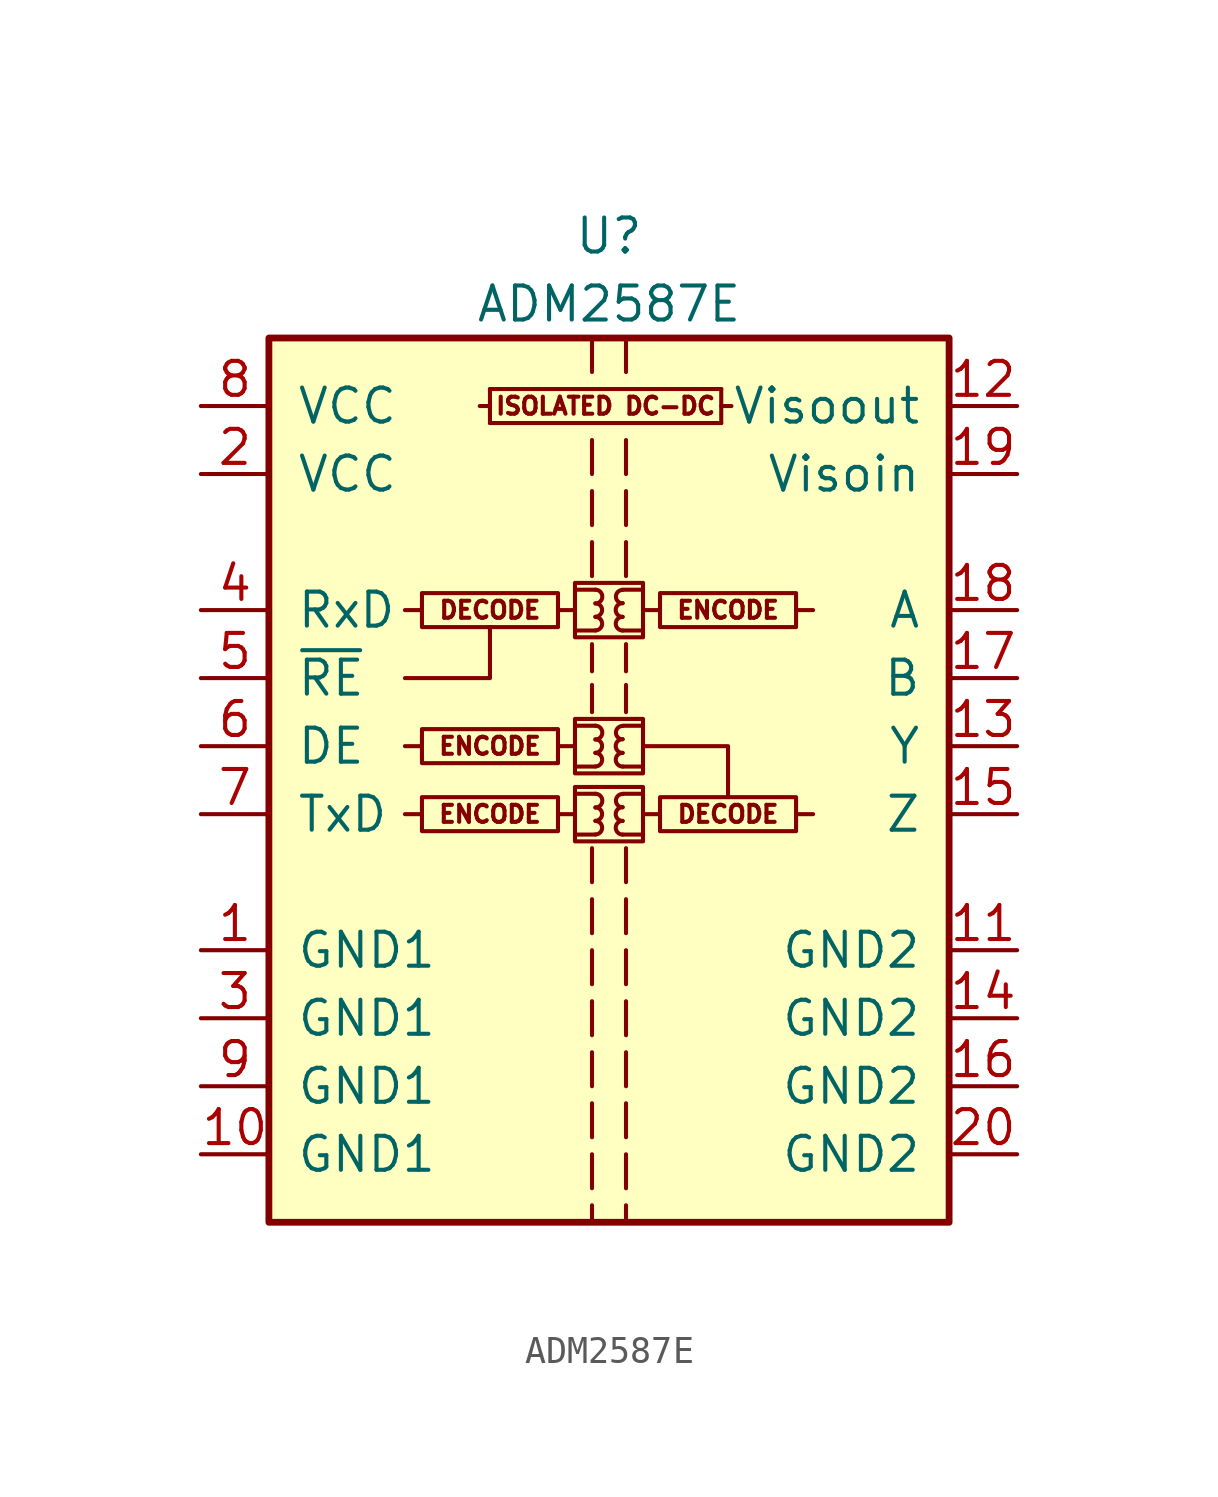
<source format=kicad_sym>
(kicad_symbol_lib
  (version 20201005)
  (generator kicad_symbol_editor)
  (symbol "Interface_UART:ADM2587E"
    (pin_names
      (offset 1.016))
    (property "Reference" "U"
      (at 0 21.59 0)
      (effects (font (size 1.27 1.27))))
    (property "Value" "ADM2587E"
      (at 0 19.05 0)
      (effects (font (size 1.27 1.27))))
    (symbol "ADM2587E_0_0"
      (arc (start -0.508 -0.762) (end -0.508 -0.254) (radius (at -0.508 -0.508) (length 0.254) (angles -89.9 89.9)) (stroke (width 0)) (fill (type none)))
      (arc (start -0.508 -0.254) (end -0.508 0.254) (radius (at -0.508 0) (length 0.254) (angles -89.9 89.9)) (stroke (width 0)) (fill (type none)))
      (arc (start -0.508 0.254) (end -0.508 0.762) (radius (at -0.508 0.508) (length 0.254) (angles -89.9 89.9)) (stroke (width 0)) (fill (type none)))
      (arc (start -0.508 1.778) (end -0.508 2.286) (radius (at -0.508 2.032) (length 0.254) (angles -89.9 89.9)) (stroke (width 0)) (fill (type none)))
      (arc (start -0.508 2.286) (end -0.508 2.794) (radius (at -0.508 2.54) (length 0.254) (angles -89.9 89.9)) (stroke (width 0)) (fill (type none)))
      (arc (start -0.508 2.794) (end -0.508 3.302) (radius (at -0.508 3.048) (length 0.254) (angles -89.9 89.9)) (stroke (width 0)) (fill (type none)))
      (arc (start -0.508 6.858) (end -0.508 7.366) (radius (at -0.508 7.112) (length 0.254) (angles -89.9 89.9)) (stroke (width 0)) (fill (type none)))
      (arc (start -0.508 7.366) (end -0.508 7.874) (radius (at -0.508 7.62) (length 0.254) (angles -89.9 89.9)) (stroke (width 0)) (fill (type none)))
      (arc (start -0.508 7.874) (end -0.508 8.382) (radius (at -0.508 8.128) (length 0.254) (angles -89.9 89.9)) (stroke (width 0)) (fill (type none)))
      (arc (start 0.508 -0.254) (end 0.508 -0.762) (radius (at 0.508 -0.508) (length 0.254) (angles 90.1 -90.1)) (stroke (width 0)) (fill (type none)))
      (arc (start 0.508 0.254) (end 0.508 -0.254) (radius (at 0.508 0) (length 0.254) (angles 90.1 -90.1)) (stroke (width 0)) (fill (type none)))
      (arc (start 0.508 0.762) (end 0.508 0.254) (radius (at 0.508 0.508) (length 0.254) (angles 90.1 -90.1)) (stroke (width 0)) (fill (type none)))
      (arc (start 0.508 2.286) (end 0.508 1.778) (radius (at 0.508 2.032) (length 0.254) (angles 90.1 -90.1)) (stroke (width 0)) (fill (type none)))
      (arc (start 0.508 2.794) (end 0.508 2.286) (radius (at 0.508 2.54) (length 0.254) (angles 90.1 -90.1)) (stroke (width 0)) (fill (type none)))
      (arc (start 0.508 3.302) (end 0.508 2.794) (radius (at 0.508 3.048) (length 0.254) (angles 90.1 -90.1)) (stroke (width 0)) (fill (type none)))
      (arc (start 0.508 7.366) (end 0.508 6.858) (radius (at 0.508 7.112) (length 0.254) (angles 90.1 -90.1)) (stroke (width 0)) (fill (type none)))
      (arc (start 0.508 7.874) (end 0.508 7.366) (radius (at 0.508 7.62) (length 0.254) (angles 90.1 -90.1)) (stroke (width 0)) (fill (type none)))
      (arc (start 0.508 8.382) (end 0.508 7.874) (radius (at 0.508 8.128) (length 0.254) (angles 90.1 -90.1)) (stroke (width 0)) (fill (type none)))
      (text "DECODE" (at -4.445 7.62 0) (effects (font (size 0.635 0.635))))
      (text "DECODE" (at 4.445 0 0) (effects (font (size 0.635 0.635))))
      (text "ENCODE" (at -4.445 0 0) (effects (font (size 0.635 0.635))))
      (text "ENCODE" (at -4.445 2.54 0) (effects (font (size 0.635 0.635))))
      (text "ENCODE" (at 4.445 7.62 0) (effects (font (size 0.635 0.635))))
      (text "ISOLATED DC-DC" (at -0.127 15.24 0) (effects (font (size 0.635 0.635))))
      (rectangle (start -1.905 0.635) (end -6.985 -0.635) (stroke (width 0)) (fill (type none)))
      (rectangle (start -1.27 1.016) (end 1.27 -1.016) (stroke (width 0)) (fill (type none)))
      (rectangle (start -1.27 3.556) (end 1.27 1.524) (stroke (width 0)) (fill (type none)))
      (rectangle (start -1.27 8.636) (end 1.27 6.604) (stroke (width 0)) (fill (type none)))
      (rectangle (start 1.905 0.635) (end 6.985 -0.635) (stroke (width 0)) (fill (type none)))
      (rectangle (start 1.905 8.255) (end 6.985 6.985) (stroke (width 0)) (fill (type none)))
      (polyline (pts (xy -6.985 0) (xy -7.62 0)) (stroke (width 0)) (fill (type none)))
      (polyline (pts (xy -6.985 2.54) (xy -7.62 2.54)) (stroke (width 0)) (fill (type none)))
      (polyline (pts (xy -6.985 7.62) (xy -7.62 7.62)) (stroke (width 0)) (fill (type none)))
      (polyline (pts (xy -4.445 14.605) (xy 4.191 14.605)) (stroke (width 0)) (fill (type none)))
      (polyline (pts (xy -4.445 15.24) (xy -4.826 15.24)) (stroke (width 0)) (fill (type none)))
      (polyline (pts (xy -4.445 15.875) (xy -4.445 14.605)) (stroke (width 0)) (fill (type none)))
      (polyline (pts (xy -1.905 0) (xy -1.27 0)) (stroke (width 0)) (fill (type none)))
      (polyline (pts (xy -1.905 2.54) (xy -1.27 2.54)) (stroke (width 0)) (fill (type none)))
      (polyline (pts (xy -1.905 7.62) (xy -1.27 7.62)) (stroke (width 0)) (fill (type none)))
      (polyline (pts (xy -1.27 -0.762) (xy -0.508 -0.762)) (stroke (width 0)) (fill (type none)))
      (polyline (pts (xy -1.27 0.762) (xy -0.508 0.762)) (stroke (width 0)) (fill (type none)))
      (polyline (pts (xy -1.27 1.778) (xy -0.508 1.778)) (stroke (width 0)) (fill (type none)))
      (polyline (pts (xy -1.27 3.302) (xy -0.508 3.302)) (stroke (width 0)) (fill (type none)))
      (polyline (pts (xy -1.27 6.858) (xy -0.508 6.858)) (stroke (width 0)) (fill (type none)))
      (polyline (pts (xy -1.27 8.382) (xy -0.508 8.382)) (stroke (width 0)) (fill (type none)))
      (polyline (pts (xy -0.635 -14.605) (xy -0.635 -15.24)) (stroke (width 0)) (fill (type none)))
      (polyline (pts (xy -0.635 -12.7) (xy -0.635 -13.97)) (stroke (width 0)) (fill (type none)))
      (polyline (pts (xy -0.635 -10.795) (xy -0.635 -12.065)) (stroke (width 0)) (fill (type none)))
      (polyline (pts (xy -0.635 -8.89) (xy -0.635 -10.16)) (stroke (width 0)) (fill (type none)))
      (polyline (pts (xy -0.635 -6.985) (xy -0.635 -8.255)) (stroke (width 0)) (fill (type none)))
      (polyline (pts (xy -0.635 -5.08) (xy -0.635 -6.35)) (stroke (width 0)) (fill (type none)))
      (polyline (pts (xy -0.635 -3.175) (xy -0.635 -4.445)) (stroke (width 0)) (fill (type none)))
      (polyline (pts (xy -0.635 -1.27) (xy -0.635 -2.54)) (stroke (width 0)) (fill (type none)))
      (polyline (pts (xy -0.635 4.826) (xy -0.635 3.81)) (stroke (width 0)) (fill (type none)))
      (polyline (pts (xy -0.635 6.35) (xy -0.635 5.334)) (stroke (width 0)) (fill (type none)))
      (polyline (pts (xy -0.635 8.89) (xy -0.635 10.16)) (stroke (width 0)) (fill (type none)))
      (polyline (pts (xy -0.635 10.795) (xy -0.635 12.065)) (stroke (width 0)) (fill (type none)))
      (polyline (pts (xy -0.635 12.7) (xy -0.635 13.97)) (stroke (width 0)) (fill (type none)))
      (polyline (pts (xy -0.635 17.78) (xy -0.635 16.51)) (stroke (width 0)) (fill (type none)))
      (polyline (pts (xy 0.635 -14.605) (xy 0.635 -15.24)) (stroke (width 0)) (fill (type none)))
      (polyline (pts (xy 0.635 -12.7) (xy 0.635 -13.97)) (stroke (width 0)) (fill (type none)))
      (polyline (pts (xy 0.635 -10.795) (xy 0.635 -12.065)) (stroke (width 0)) (fill (type none)))
      (polyline (pts (xy 0.635 -8.89) (xy 0.635 -10.16)) (stroke (width 0)) (fill (type none)))
      (polyline (pts (xy 0.635 -6.985) (xy 0.635 -8.255)) (stroke (width 0)) (fill (type none)))
      (polyline (pts (xy 0.635 -5.08) (xy 0.635 -6.35)) (stroke (width 0)) (fill (type none)))
      (polyline (pts (xy 0.635 -3.175) (xy 0.635 -4.445)) (stroke (width 0)) (fill (type none)))
      (polyline (pts (xy 0.635 -1.27) (xy 0.635 -2.54)) (stroke (width 0)) (fill (type none)))
      (polyline (pts (xy 0.635 3.81) (xy 0.635 4.826)) (stroke (width 0)) (fill (type none)))
      (polyline (pts (xy 0.635 6.35) (xy 0.635 5.334)) (stroke (width 0)) (fill (type none)))
      (polyline (pts (xy 0.635 8.89) (xy 0.635 10.16)) (stroke (width 0)) (fill (type none)))
      (polyline (pts (xy 0.635 12.065) (xy 0.635 10.795)) (stroke (width 0)) (fill (type none)))
      (polyline (pts (xy 0.635 13.97) (xy 0.635 12.7)) (stroke (width 0)) (fill (type none)))
      (polyline (pts (xy 0.635 17.78) (xy 0.635 16.51)) (stroke (width 0)) (fill (type none)))
      (polyline (pts (xy 1.27 -0.762) (xy 0.508 -0.762)) (stroke (width 0)) (fill (type none)))
      (polyline (pts (xy 1.27 0.762) (xy 0.508 0.762)) (stroke (width 0)) (fill (type none)))
      (polyline (pts (xy 1.27 1.778) (xy 0.508 1.778)) (stroke (width 0)) (fill (type none)))
      (polyline (pts (xy 1.27 3.302) (xy 0.508 3.302)) (stroke (width 0)) (fill (type none)))
      (polyline (pts (xy 1.27 6.858) (xy 0.508 6.858)) (stroke (width 0)) (fill (type none)))
      (polyline (pts (xy 1.27 8.382) (xy 0.508 8.382)) (stroke (width 0)) (fill (type none)))
      (polyline (pts (xy 1.905 0) (xy 1.27 0)) (stroke (width 0)) (fill (type none)))
      (polyline (pts (xy 1.905 7.62) (xy 1.27 7.62)) (stroke (width 0)) (fill (type none)))
      (polyline (pts (xy 4.191 15.24) (xy 4.572 15.24)) (stroke (width 0)) (fill (type none)))
      (polyline (pts (xy 4.191 15.875) (xy -4.445 15.875)) (stroke (width 0)) (fill (type none)))
      (polyline (pts (xy 4.191 15.875) (xy 4.191 14.605)) (stroke (width 0)) (fill (type none)))
      (polyline (pts (xy 6.985 0) (xy 7.62 0)) (stroke (width 0)) (fill (type none)))
      (polyline (pts (xy 6.985 7.62) (xy 7.62 7.62)) (stroke (width 0)) (fill (type none))))
    (symbol "ADM2587E_0_1"
      (rectangle (start -12.7 17.78) (end 12.7 -15.24) (stroke (width 0.254)) (fill (type background)))
      (rectangle (start -1.905 3.175) (end -6.985 1.905) (stroke (width 0)) (fill (type none)))
      (rectangle (start -1.905 8.255) (end -6.985 6.985) (stroke (width 0)) (fill (type none)))
      (polyline (pts (xy -7.62 5.08) (xy -4.445 5.08) (xy -4.445 6.985)) (stroke (width 0)) (fill (type none)))
      (polyline (pts (xy 1.27 2.54) (xy 4.445 2.54) (xy 4.445 0.635)) (stroke (width 0)) (fill (type none))))
    (symbol "ADM2587E_1_1"
      (pin power_in line (at -15.24 -5.08 0) (length 2.54) (name "GND1" (effects (font (size 1.27 1.27)))) (number "1" (effects (font (size 1.27 1.27)))))
      (pin power_in line (at -15.24 -12.7 0) (length 2.54) (name "GND1" (effects (font (size 1.27 1.27)))) (number "10" (effects (font (size 1.27 1.27)))))
      (pin power_in line (at 15.24 -5.08 180) (length 2.54) (name "GND2" (effects (font (size 1.27 1.27)))) (number "11" (effects (font (size 1.27 1.27)))))
      (pin power_out line (at 15.24 15.24 180) (length 2.54) (name "Visoout" (effects (font (size 1.27 1.27)))) (number "12" (effects (font (size 1.27 1.27)))))
      (pin output line (at 15.24 2.54 180) (length 2.54) (name "Y" (effects (font (size 1.27 1.27)))) (number "13" (effects (font (size 1.27 1.27)))))
      (pin power_in line (at 15.24 -7.62 180) (length 2.54) (name "GND2" (effects (font (size 1.27 1.27)))) (number "14" (effects (font (size 1.27 1.27)))))
      (pin output line (at 15.24 0 180) (length 2.54) (name "Z" (effects (font (size 1.27 1.27)))) (number "15" (effects (font (size 1.27 1.27)))))
      (pin power_in line (at 15.24 -10.16 180) (length 2.54) (name "GND2" (effects (font (size 1.27 1.27)))) (number "16" (effects (font (size 1.27 1.27)))))
      (pin input line (at 15.24 5.08 180) (length 2.54) (name "B" (effects (font (size 1.27 1.27)))) (number "17" (effects (font (size 1.27 1.27)))))
      (pin input line (at 15.24 7.62 180) (length 2.54) (name "A" (effects (font (size 1.27 1.27)))) (number "18" (effects (font (size 1.27 1.27)))))
      (pin power_in line (at 15.24 12.7 180) (length 2.54) (name "Visoin" (effects (font (size 1.27 1.27)))) (number "19" (effects (font (size 1.27 1.27)))))
      (pin power_in line (at -15.24 12.7 0) (length 2.54) (name "VCC" (effects (font (size 1.27 1.27)))) (number "2" (effects (font (size 1.27 1.27)))))
      (pin power_in line (at 15.24 -12.7 180) (length 2.54) (name "GND2" (effects (font (size 1.27 1.27)))) (number "20" (effects (font (size 1.27 1.27)))))
      (pin power_in line (at -15.24 -7.62 0) (length 2.54) (name "GND1" (effects (font (size 1.27 1.27)))) (number "3" (effects (font (size 1.27 1.27)))))
      (pin output line (at -15.24 7.62 0) (length 2.54) (name "RxD" (effects (font (size 1.27 1.27)))) (number "4" (effects (font (size 1.27 1.27)))))
      (pin input line (at -15.24 5.08 0) (length 2.54) (name "~RE" (effects (font (size 1.27 1.27)))) (number "5" (effects (font (size 1.27 1.27)))))
      (pin input line (at -15.24 2.54 0) (length 2.54) (name "DE" (effects (font (size 1.27 1.27)))) (number "6" (effects (font (size 1.27 1.27)))))
      (pin input line (at -15.24 0 0) (length 2.54) (name "TxD" (effects (font (size 1.27 1.27)))) (number "7" (effects (font (size 1.27 1.27)))))
      (pin power_in line (at -15.24 15.24 0) (length 2.54) (name "VCC" (effects (font (size 1.27 1.27)))) (number "8" (effects (font (size 1.27 1.27)))))
      (pin power_in line (at -15.24 -10.16 0) (length 2.54) (name "GND1" (effects (font (size 1.27 1.27)))) (number "9" (effects (font (size 1.27 1.27))))))))
</source>
